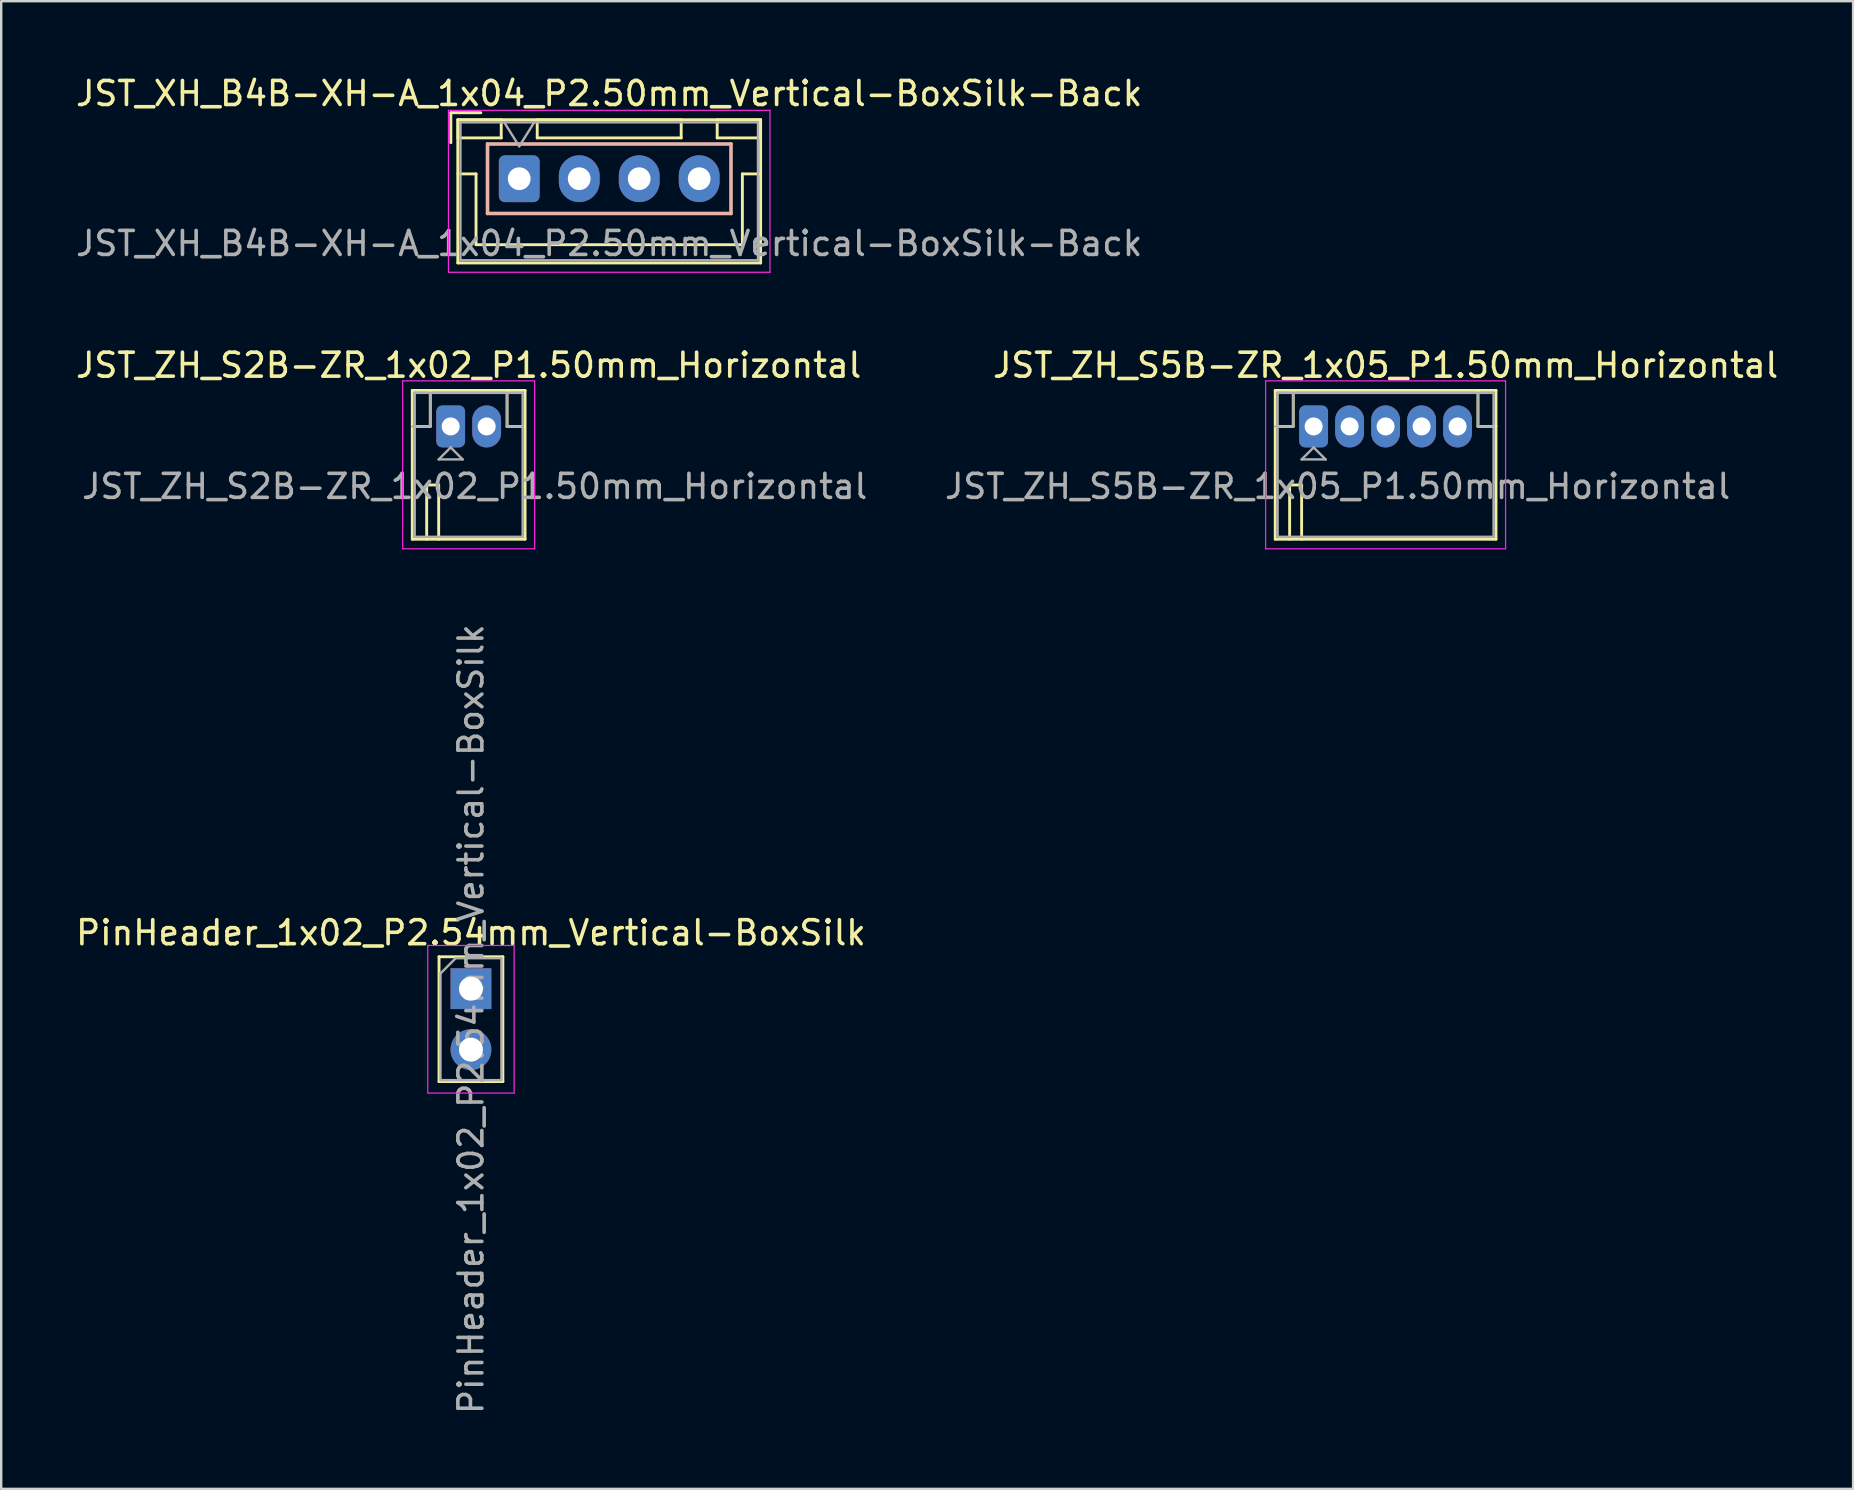
<source format=kicad_pcb>
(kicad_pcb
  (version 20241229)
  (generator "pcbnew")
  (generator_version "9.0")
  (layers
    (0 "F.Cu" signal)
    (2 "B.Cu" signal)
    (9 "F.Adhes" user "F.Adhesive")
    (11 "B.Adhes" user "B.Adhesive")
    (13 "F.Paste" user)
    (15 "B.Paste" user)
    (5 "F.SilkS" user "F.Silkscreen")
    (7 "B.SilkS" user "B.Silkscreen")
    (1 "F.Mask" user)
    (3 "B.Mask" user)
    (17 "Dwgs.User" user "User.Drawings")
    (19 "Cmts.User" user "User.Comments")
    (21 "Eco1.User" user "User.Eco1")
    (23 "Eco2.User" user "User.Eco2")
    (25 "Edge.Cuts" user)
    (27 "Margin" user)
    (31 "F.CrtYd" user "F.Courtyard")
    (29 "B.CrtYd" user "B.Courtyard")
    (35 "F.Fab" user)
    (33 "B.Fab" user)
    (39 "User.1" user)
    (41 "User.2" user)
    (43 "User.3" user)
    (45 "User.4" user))
  (footprint "PinHeader_1x02_P2.54mm_Vertical-BoxSilk"
    (layer "F.Cu")
    (at 16.577 38.154)
    (property "Reference" "PinHeader_1x02_P2.54mm_Vertical-BoxSilk" (at 0 -2.33 0) (layer "F.SilkS") (effects (font (size 1 1) (thickness 0.15))))
    (attr through_hole)
    (fp_line (start -1.33 -1.33) (end -1.33 3.87) (stroke (width 0.12) (type solid)) (layer "F.SilkS"))
    (fp_line (start -1.33 -1.33) (end 1.33 -1.33) (stroke (width 0.12) (type solid)) (layer "F.SilkS"))
    (fp_line (start -1.33 3.87) (end 1.33 3.87) (stroke (width 0.12) (type solid)) (layer "F.SilkS"))
    (fp_line (start 1.33 -1.33) (end 1.33 3.87) (stroke (width 0.12) (type solid)) (layer "F.SilkS"))
    (fp_line (start -1.8 -1.8) (end -1.8 4.35) (stroke (width 0.05) (type solid)) (layer "F.CrtYd"))
    (fp_line (start -1.8 4.35) (end 1.8 4.35) (stroke (width 0.05) (type solid)) (layer "F.CrtYd"))
    (fp_line (start 1.8 -1.8) (end -1.8 -1.8) (stroke (width 0.05) (type solid)) (layer "F.CrtYd"))
    (fp_line (start 1.8 4.35) (end 1.8 -1.8) (stroke (width 0.05) (type solid)) (layer "F.CrtYd"))
    (fp_line (start -1.27 -0.635) (end -0.635 -1.27) (stroke (width 0.1) (type solid)) (layer "F.Fab"))
    (fp_line (start -1.27 3.81) (end -1.27 -0.635) (stroke (width 0.1) (type solid)) (layer "F.Fab"))
    (fp_line (start -0.635 -1.27) (end 1.27 -1.27) (stroke (width 0.1) (type solid)) (layer "F.Fab"))
    (fp_line (start 1.27 -1.27) (end 1.27 3.81) (stroke (width 0.1) (type solid)) (layer "F.Fab"))
    (fp_line (start 1.27 3.81) (end -1.27 3.81) (stroke (width 0.1) (type solid)) (layer "F.Fab"))
    (fp_text user "${REFERENCE}" (at 0 1.27 90) (layer "F.Fab") (effects (font (size 1 1) (thickness 0.15))))
    (pad "1" thru_hole rect (at 0 0) (size 1.7 1.7) (drill 1) (layers "*.Cu" "*.Mask"))
    (pad "2" thru_hole oval (at 0 2.54) (size 1.7 1.7) (drill 1) (layers "*.Cu" "*.Mask")))
  (footprint "JST_ZH_S2B-ZR_1x02_P1.50mm_Horizontal"
    (layer "F.Cu")
    (at 15.732 14.722)
    (property "Reference" "JST_ZH_S2B-ZR_1x02_P1.50mm_Horizontal" (at 0.75 -2.55 0) (layer "F.SilkS") (effects (font (size 1 1) (thickness 0.15))))
    (attr through_hole)
    (fp_line (start -1.6 -1.5) (end -1.6 4.7) (stroke (width 0.12) (type solid)) (layer "F.SilkS"))
    (fp_line (start -1.6 4.7) (end 3.1 4.7) (stroke (width 0.12) (type solid)) (layer "F.SilkS"))
    (fp_line (start -1 2.44) (end -0.5 2.44) (stroke (width 0.12) (type solid)) (layer "F.SilkS"))
    (fp_line (start -1 2.45) (end -1 4.7) (stroke (width 0.12) (type solid)) (layer "F.SilkS"))
    (fp_line (start -0.85 -1.5) (end -0.85 0) (stroke (width 0.12) (type solid)) (layer "F.SilkS"))
    (fp_line (start -0.85 0) (end -1.55 0) (stroke (width 0.12) (type solid)) (layer "F.SilkS"))
    (fp_line (start -0.5 2.44) (end -0.5 4.7) (stroke (width 0.12) (type solid)) (layer "F.SilkS"))
    (fp_line (start 2.35 -1.5) (end 2.35 0) (stroke (width 0.12) (type solid)) (layer "F.SilkS"))
    (fp_line (start 3.05 0) (end 2.35 0) (stroke (width 0.12) (type solid)) (layer "F.SilkS"))
    (fp_line (start 3.1 -1.5) (end -1.6 -1.5) (stroke (width 0.12) (type solid)) (layer "F.SilkS"))
    (fp_line (start 3.1 4.7) (end 3.1 -1.5) (stroke (width 0.12) (type solid)) (layer "F.SilkS"))
    (fp_line (start -2 -1.9) (end -2 5.1) (stroke (width 0.05) (type solid)) (layer "F.CrtYd"))
    (fp_line (start -2 5.1) (end 3.5 5.1) (stroke (width 0.05) (type solid)) (layer "F.CrtYd"))
    (fp_line (start 3.5 -1.9) (end -2 -1.9) (stroke (width 0.05) (type solid)) (layer "F.CrtYd"))
    (fp_line (start 3.5 5.1) (end 3.5 -1.9) (stroke (width 0.05) (type solid)) (layer "F.CrtYd"))
    (fp_line (start -1.5 -1.4) (end -1.5 4.6) (stroke (width 0.1) (type solid)) (layer "F.Fab"))
    (fp_line (start -1.5 4.6) (end 3 4.6) (stroke (width 0.1) (type solid)) (layer "F.Fab"))
    (fp_line (start -0.85 -1.4) (end -0.85 0) (stroke (width 0.1) (type solid)) (layer "F.Fab"))
    (fp_line (start -0.85 0) (end -1.6 0) (stroke (width 0.1) (type solid)) (layer "F.Fab"))
    (fp_line (start -0.5 1.375) (end 0.5 1.375) (stroke (width 0.1) (type solid)) (layer "F.Fab"))
    (fp_line (start 0 0.875) (end -0.5 1.375) (stroke (width 0.1) (type solid)) (layer "F.Fab"))
    (fp_line (start 0.5 1.375) (end 0 0.875) (stroke (width 0.1) (type solid)) (layer "F.Fab"))
    (fp_line (start 2.35 -1.4) (end 2.35 0) (stroke (width 0.1) (type solid)) (layer "F.Fab"))
    (fp_line (start 3 -1.4) (end -1.5 -1.4) (stroke (width 0.1) (type solid)) (layer "F.Fab"))
    (fp_line (start 3 0) (end 2.35 0) (stroke (width 0.1) (type solid)) (layer "F.Fab"))
    (fp_line (start 3 4.6) (end 3 -1.4) (stroke (width 0.1) (type solid)) (layer "F.Fab"))
    (fp_text user "${REFERENCE}" (at 1 2.5 0) (layer "F.Fab") (effects (font (size 1 1) (thickness 0.15))))
    (pad "1" thru_hole roundrect (at 0 0) (size 1.2 1.75) (drill 0.75) (layers "*.Cu" "*.Mask") (roundrect_rratio 0.208))
    (pad "2" thru_hole oval (at 1.5 0) (size 1.2 1.75) (drill 0.75) (layers "*.Cu" "*.Mask")))
  (footprint "JST_XH_B4B-XH-A_1x04_P2.50mm_Vertical-BoxSilk-Back"
    (layer "F.Cu")
    (at 18.589 4.398)
    (property "Reference" "JST_XH_B4B-XH-A_1x04_P2.50mm_Vertical-BoxSilk-Back" (at 3.75 -3.55 0) (layer "F.SilkS") (effects (font (size 1 1) (thickness 0.15))))
    (attr through_hole)
    (fp_line (start -2.85 -2.75) (end -2.85 -1.5) (stroke (width 0.12) (type solid)) (layer "F.SilkS"))
    (fp_line (start -2.56 -2.46) (end -2.56 3.51) (stroke (width 0.12) (type solid)) (layer "F.SilkS"))
    (fp_line (start -2.56 3.51) (end 10.06 3.51) (stroke (width 0.12) (type solid)) (layer "F.SilkS"))
    (fp_line (start -2.55 -2.45) (end -2.55 -1.7) (stroke (width 0.12) (type solid)) (layer "F.SilkS"))
    (fp_line (start -2.55 -1.7) (end -0.75 -1.7) (stroke (width 0.12) (type solid)) (layer "F.SilkS"))
    (fp_line (start -2.55 -0.2) (end -1.8 -0.2) (stroke (width 0.12) (type solid)) (layer "F.SilkS"))
    (fp_line (start -1.8 -0.2) (end -1.8 2.75) (stroke (width 0.12) (type solid)) (layer "F.SilkS"))
    (fp_line (start -1.8 2.75) (end 3.75 2.75) (stroke (width 0.12) (type solid)) (layer "F.SilkS"))
    (fp_line (start -1.6 -2.75) (end -2.85 -2.75) (stroke (width 0.12) (type solid)) (layer "F.SilkS"))
    (fp_line (start -0.75 -2.45) (end -2.55 -2.45) (stroke (width 0.12) (type solid)) (layer "F.SilkS"))
    (fp_line (start -0.75 -1.7) (end -0.75 -2.45) (stroke (width 0.12) (type solid)) (layer "F.SilkS"))
    (fp_line (start 0.75 -2.45) (end 0.75 -1.7) (stroke (width 0.12) (type solid)) (layer "F.SilkS"))
    (fp_line (start 0.75 -1.7) (end 6.75 -1.7) (stroke (width 0.12) (type solid)) (layer "F.SilkS"))
    (fp_line (start 6.75 -2.45) (end 0.75 -2.45) (stroke (width 0.12) (type solid)) (layer "F.SilkS"))
    (fp_line (start 6.75 -1.7) (end 6.75 -2.45) (stroke (width 0.12) (type solid)) (layer "F.SilkS"))
    (fp_line (start 8.25 -2.45) (end 8.25 -1.7) (stroke (width 0.12) (type solid)) (layer "F.SilkS"))
    (fp_line (start 8.25 -1.7) (end 10.05 -1.7) (stroke (width 0.12) (type solid)) (layer "F.SilkS"))
    (fp_line (start 9.3 -0.2) (end 9.3 2.75) (stroke (width 0.12) (type solid)) (layer "F.SilkS"))
    (fp_line (start 9.3 2.75) (end 3.75 2.75) (stroke (width 0.12) (type solid)) (layer "F.SilkS"))
    (fp_line (start 10.05 -2.45) (end 8.25 -2.45) (stroke (width 0.12) (type solid)) (layer "F.SilkS"))
    (fp_line (start 10.05 -1.7) (end 10.05 -2.45) (stroke (width 0.12) (type solid)) (layer "F.SilkS"))
    (fp_line (start 10.05 -0.2) (end 9.3 -0.2) (stroke (width 0.12) (type solid)) (layer "F.SilkS"))
    (fp_line (start 10.06 -2.46) (end -2.56 -2.46) (stroke (width 0.12) (type solid)) (layer "F.SilkS"))
    (fp_line (start 10.06 3.51) (end 10.06 -2.46) (stroke (width 0.12) (type solid)) (layer "F.SilkS"))
    (fp_line (start -1.321 -1.448) (end -1.321 1.448) (stroke (width 0.15) (type solid)) (layer "B.SilkS"))
    (fp_line (start -1.321 -1.448) (end 8.826 -1.448) (stroke (width 0.15) (type solid)) (layer "B.SilkS"))
    (fp_line (start -1.321 1.448) (end 8.826 1.448) (stroke (width 0.15) (type solid)) (layer "B.SilkS"))
    (fp_line (start 8.826 -1.448) (end 8.826 1.448) (stroke (width 0.15) (type solid)) (layer "B.SilkS"))
    (fp_line (start -2.95 -2.85) (end -2.95 3.9) (stroke (width 0.05) (type solid)) (layer "F.CrtYd"))
    (fp_line (start -2.95 3.9) (end 10.45 3.9) (stroke (width 0.05) (type solid)) (layer "F.CrtYd"))
    (fp_line (start 10.45 -2.85) (end -2.95 -2.85) (stroke (width 0.05) (type solid)) (layer "F.CrtYd"))
    (fp_line (start 10.45 3.9) (end 10.45 -2.85) (stroke (width 0.05) (type solid)) (layer "F.CrtYd"))
    (fp_line (start -2.45 -2.35) (end -2.45 3.4) (stroke (width 0.1) (type solid)) (layer "F.Fab"))
    (fp_line (start -2.45 3.4) (end 9.95 3.4) (stroke (width 0.1) (type solid)) (layer "F.Fab"))
    (fp_line (start -0.625 -2.35) (end 0 -1.35) (stroke (width 0.1) (type solid)) (layer "F.Fab"))
    (fp_line (start 0 -1.35) (end 0.625 -2.35) (stroke (width 0.1) (type solid)) (layer "F.Fab"))
    (fp_line (start 9.95 -2.35) (end -2.45 -2.35) (stroke (width 0.1) (type solid)) (layer "F.Fab"))
    (fp_line (start 9.95 3.4) (end 9.95 -2.35) (stroke (width 0.1) (type solid)) (layer "F.Fab"))
    (fp_text user "${REFERENCE}" (at 3.75 2.7 0) (layer "F.Fab") (effects (font (size 1 1) (thickness 0.15))))
    (pad "1" thru_hole roundrect (at 0 0) (size 1.7 1.95) (drill 0.95) (layers "*.Cu" "*.Mask") (roundrect_rratio 0.147))
    (pad "2" thru_hole oval (at 2.5 0) (size 1.7 1.95) (drill 0.95) (layers "*.Cu" "*.Mask"))
    (pad "3" thru_hole oval (at 5 0) (size 1.7 1.95) (drill 0.95) (layers "*.Cu" "*.Mask"))
    (pad "4" thru_hole oval (at 7.5 0) (size 1.7 1.95) (drill 0.95) (layers "*.Cu" "*.Mask")))
  (footprint "JST_ZH_S5B-ZR_1x05_P1.50mm_Horizontal"
    (layer "F.Cu")
    (at 51.696 14.722)
    (property "Reference" "JST_ZH_S5B-ZR_1x05_P1.50mm_Horizontal" (at 3 -2.55 0) (layer "F.SilkS") (effects (font (size 1 1) (thickness 0.15))))
    (attr through_hole)
    (fp_line (start -1.6 -1.5) (end -1.6 4.7) (stroke (width 0.12) (type solid)) (layer "F.SilkS"))
    (fp_line (start -1.6 4.7) (end 7.6 4.7) (stroke (width 0.12) (type solid)) (layer "F.SilkS"))
    (fp_line (start -1 2.44) (end -0.5 2.44) (stroke (width 0.12) (type solid)) (layer "F.SilkS"))
    (fp_line (start -1 2.45) (end -1 4.7) (stroke (width 0.12) (type solid)) (layer "F.SilkS"))
    (fp_line (start -0.85 -1.5) (end -0.85 0) (stroke (width 0.12) (type solid)) (layer "F.SilkS"))
    (fp_line (start -0.85 0) (end -1.55 0) (stroke (width 0.12) (type solid)) (layer "F.SilkS"))
    (fp_line (start -0.5 2.44) (end -0.5 4.7) (stroke (width 0.12) (type solid)) (layer "F.SilkS"))
    (fp_line (start 6.85 -1.5) (end 6.85 0) (stroke (width 0.12) (type solid)) (layer "F.SilkS"))
    (fp_line (start 7.6 -1.5) (end -1.6 -1.5) (stroke (width 0.12) (type solid)) (layer "F.SilkS"))
    (fp_line (start 7.6 0) (end 6.85 0) (stroke (width 0.12) (type solid)) (layer "F.SilkS"))
    (fp_line (start 7.6 4.7) (end 7.6 -1.5) (stroke (width 0.12) (type solid)) (layer "F.SilkS"))
    (fp_line (start -2 -1.9) (end -2 5.1) (stroke (width 0.05) (type solid)) (layer "F.CrtYd"))
    (fp_line (start -2 5.1) (end 8 5.1) (stroke (width 0.05) (type solid)) (layer "F.CrtYd"))
    (fp_line (start 8 -1.9) (end -2 -1.9) (stroke (width 0.05) (type solid)) (layer "F.CrtYd"))
    (fp_line (start 8 5.1) (end 8 -1.9) (stroke (width 0.05) (type solid)) (layer "F.CrtYd"))
    (fp_line (start -1.5 -1.4) (end -1.5 4.6) (stroke (width 0.1) (type solid)) (layer "F.Fab"))
    (fp_line (start -1.5 4.6) (end 7.5 4.6) (stroke (width 0.1) (type solid)) (layer "F.Fab"))
    (fp_line (start -0.85 -1.4) (end -0.85 0) (stroke (width 0.1) (type solid)) (layer "F.Fab"))
    (fp_line (start -0.85 0) (end -1.6 0) (stroke (width 0.1) (type solid)) (layer "F.Fab"))
    (fp_line (start -0.5 1.375) (end 0.5 1.375) (stroke (width 0.1) (type solid)) (layer "F.Fab"))
    (fp_line (start 0 0.875) (end -0.5 1.375) (stroke (width 0.1) (type solid)) (layer "F.Fab"))
    (fp_line (start 0.5 1.375) (end 0 0.875) (stroke (width 0.1) (type solid)) (layer "F.Fab"))
    (fp_line (start 6.85 -1.4) (end 6.85 0) (stroke (width 0.1) (type solid)) (layer "F.Fab"))
    (fp_line (start 7.5 -1.4) (end -1.5 -1.4) (stroke (width 0.1) (type solid)) (layer "F.Fab"))
    (fp_line (start 7.5 0) (end 6.85 0) (stroke (width 0.1) (type solid)) (layer "F.Fab"))
    (fp_line (start 7.5 4.6) (end 7.5 -1.4) (stroke (width 0.1) (type solid)) (layer "F.Fab"))
    (fp_text user "${REFERENCE}" (at 1 2.5 0) (layer "F.Fab") (effects (font (size 1 1) (thickness 0.15))))
    (pad "1" thru_hole roundrect (at 0 0) (size 1.2 1.75) (drill 0.75) (layers "*.Cu" "*.Mask") (roundrect_rratio 0.208))
    (pad "2" thru_hole oval (at 1.5 0) (size 1.2 1.75) (drill 0.75) (layers "*.Cu" "*.Mask"))
    (pad "3" thru_hole oval (at 3 0) (size 1.2 1.75) (drill 0.75) (layers "*.Cu" "*.Mask"))
    (pad "4" thru_hole oval (at 4.5 0) (size 1.2 1.75) (drill 0.75) (layers "*.Cu" "*.Mask"))
    (pad "5" thru_hole oval (at 6 0) (size 1.2 1.75) (drill 0.75) (layers "*.Cu" "*.Mask")))
  (gr_rect
    (start -3 -3)
    (end 74.179 59.001)
    (stroke (width 0.1) (type default))
    (fill no)
    (layer "Edge.Cuts")))
</source>
